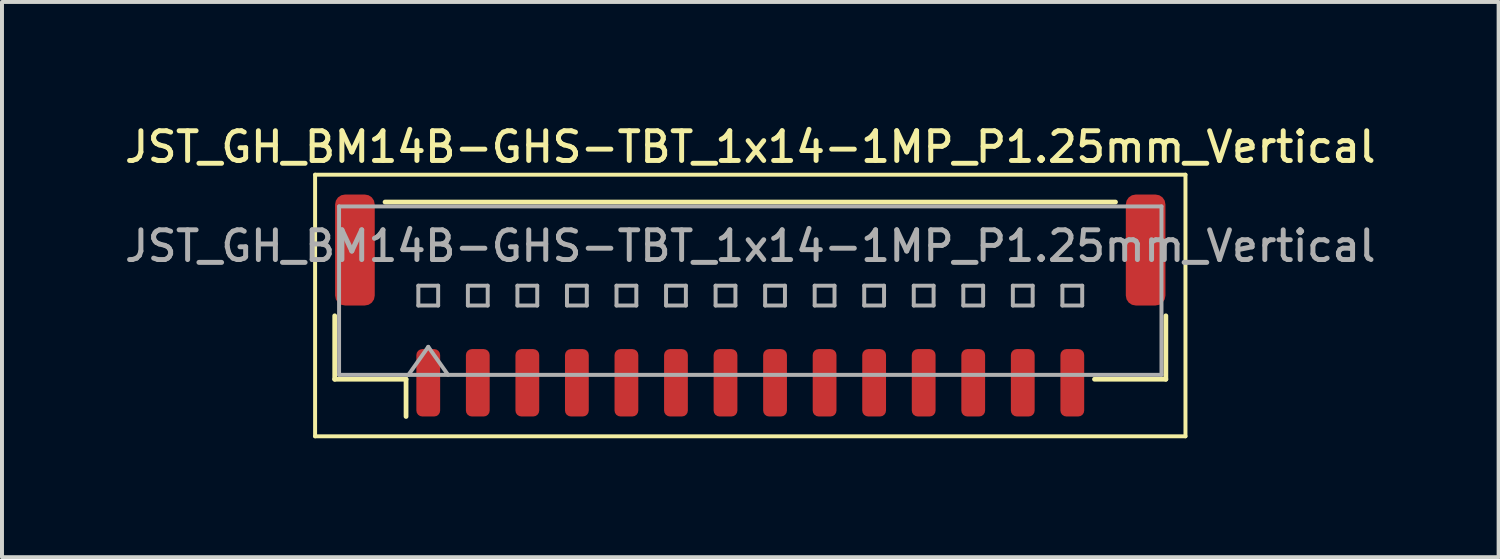
<source format=kicad_pcb>
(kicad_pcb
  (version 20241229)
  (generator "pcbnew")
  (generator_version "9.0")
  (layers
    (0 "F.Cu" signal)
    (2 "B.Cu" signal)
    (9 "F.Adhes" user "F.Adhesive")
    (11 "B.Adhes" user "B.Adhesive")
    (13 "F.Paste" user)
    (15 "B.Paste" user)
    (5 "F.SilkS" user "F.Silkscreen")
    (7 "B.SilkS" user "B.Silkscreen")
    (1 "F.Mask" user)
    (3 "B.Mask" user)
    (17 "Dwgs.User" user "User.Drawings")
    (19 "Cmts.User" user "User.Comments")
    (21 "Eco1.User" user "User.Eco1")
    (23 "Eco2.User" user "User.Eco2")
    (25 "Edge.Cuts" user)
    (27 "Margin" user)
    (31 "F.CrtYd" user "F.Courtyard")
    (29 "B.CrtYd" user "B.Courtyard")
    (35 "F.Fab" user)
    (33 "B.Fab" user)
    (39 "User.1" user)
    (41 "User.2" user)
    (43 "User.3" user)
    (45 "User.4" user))
  (footprint "JST_GH_BM14B-GHS-TBT_1x14-1MP_P1.25mm_Vertical"
    (layer "F.Cu")
    (at 15.88 4.658)
    (property "Reference" "JST_GH_BM14B-GHS-TBT_1x14-1MP_P1.25mm_Vertical" (at 0 -4 0) (layer "F.SilkS") (effects (font (size 0.75 0.75) (thickness 0.125))))
    (attr smd)
    (fp_line (start -10.98 -3.3) (end -10.98 3.3) (stroke (width 0.1) (type solid)) (layer "F.SilkS"))
    (fp_line (start -10.98 3.3) (end 10.98 3.3) (stroke (width 0.1) (type solid)) (layer "F.SilkS"))
    (fp_line (start -10.485 0.26) (end -10.485 1.86) (stroke (width 0.12) (type solid)) (layer "F.SilkS"))
    (fp_line (start -10.485 1.86) (end -8.685 1.86) (stroke (width 0.12) (type solid)) (layer "F.SilkS"))
    (fp_line (start -9.215 -2.61) (end 9.215 -2.61) (stroke (width 0.12) (type solid)) (layer "F.SilkS"))
    (fp_line (start -8.685 1.86) (end -8.685 2.8) (stroke (width 0.12) (type solid)) (layer "F.SilkS"))
    (fp_line (start 10.485 0.26) (end 10.485 1.86) (stroke (width 0.12) (type solid)) (layer "F.SilkS"))
    (fp_line (start 10.485 1.86) (end 8.685 1.86) (stroke (width 0.12) (type solid)) (layer "F.SilkS"))
    (fp_line (start 10.98 -3.3) (end -10.98 -3.3) (stroke (width 0.1) (type solid)) (layer "F.SilkS"))
    (fp_line (start 10.98 3.3) (end 10.98 -3.3) (stroke (width 0.1) (type solid)) (layer "F.SilkS"))
    (fp_line (start -10.375 -2.5) (end 10.375 -2.5) (stroke (width 0.1) (type solid)) (layer "F.Fab"))
    (fp_line (start -10.375 1.75) (end -10.375 -2.5) (stroke (width 0.1) (type solid)) (layer "F.Fab"))
    (fp_line (start -10.375 1.75) (end 10.375 1.75) (stroke (width 0.1) (type solid)) (layer "F.Fab"))
    (fp_line (start -8.625 1.75) (end -8.125 1.043) (stroke (width 0.1) (type solid)) (layer "F.Fab"))
    (fp_line (start -8.375 -0.5) (end -8.375 0) (stroke (width 0.1) (type solid)) (layer "F.Fab"))
    (fp_line (start -8.375 0) (end -7.875 0) (stroke (width 0.1) (type solid)) (layer "F.Fab"))
    (fp_line (start -8.125 1.043) (end -7.625 1.75) (stroke (width 0.1) (type solid)) (layer "F.Fab"))
    (fp_line (start -7.875 -0.5) (end -8.375 -0.5) (stroke (width 0.1) (type solid)) (layer "F.Fab"))
    (fp_line (start -7.875 0) (end -7.875 -0.5) (stroke (width 0.1) (type solid)) (layer "F.Fab"))
    (fp_line (start -7.125 -0.5) (end -7.125 0) (stroke (width 0.1) (type solid)) (layer "F.Fab"))
    (fp_line (start -7.125 0) (end -6.625 0) (stroke (width 0.1) (type solid)) (layer "F.Fab"))
    (fp_line (start -6.625 -0.5) (end -7.125 -0.5) (stroke (width 0.1) (type solid)) (layer "F.Fab"))
    (fp_line (start -6.625 0) (end -6.625 -0.5) (stroke (width 0.1) (type solid)) (layer "F.Fab"))
    (fp_line (start -5.875 -0.5) (end -5.875 0) (stroke (width 0.1) (type solid)) (layer "F.Fab"))
    (fp_line (start -5.875 0) (end -5.375 0) (stroke (width 0.1) (type solid)) (layer "F.Fab"))
    (fp_line (start -5.375 -0.5) (end -5.875 -0.5) (stroke (width 0.1) (type solid)) (layer "F.Fab"))
    (fp_line (start -5.375 0) (end -5.375 -0.5) (stroke (width 0.1) (type solid)) (layer "F.Fab"))
    (fp_line (start -4.625 -0.5) (end -4.625 0) (stroke (width 0.1) (type solid)) (layer "F.Fab"))
    (fp_line (start -4.625 0) (end -4.125 0) (stroke (width 0.1) (type solid)) (layer "F.Fab"))
    (fp_line (start -4.125 -0.5) (end -4.625 -0.5) (stroke (width 0.1) (type solid)) (layer "F.Fab"))
    (fp_line (start -4.125 0) (end -4.125 -0.5) (stroke (width 0.1) (type solid)) (layer "F.Fab"))
    (fp_line (start -3.375 -0.5) (end -3.375 0) (stroke (width 0.1) (type solid)) (layer "F.Fab"))
    (fp_line (start -3.375 0) (end -2.875 0) (stroke (width 0.1) (type solid)) (layer "F.Fab"))
    (fp_line (start -2.875 -0.5) (end -3.375 -0.5) (stroke (width 0.1) (type solid)) (layer "F.Fab"))
    (fp_line (start -2.875 0) (end -2.875 -0.5) (stroke (width 0.1) (type solid)) (layer "F.Fab"))
    (fp_line (start -2.125 -0.5) (end -2.125 0) (stroke (width 0.1) (type solid)) (layer "F.Fab"))
    (fp_line (start -2.125 0) (end -1.625 0) (stroke (width 0.1) (type solid)) (layer "F.Fab"))
    (fp_line (start -1.625 -0.5) (end -2.125 -0.5) (stroke (width 0.1) (type solid)) (layer "F.Fab"))
    (fp_line (start -1.625 0) (end -1.625 -0.5) (stroke (width 0.1) (type solid)) (layer "F.Fab"))
    (fp_line (start -0.875 -0.5) (end -0.875 0) (stroke (width 0.1) (type solid)) (layer "F.Fab"))
    (fp_line (start -0.875 0) (end -0.375 0) (stroke (width 0.1) (type solid)) (layer "F.Fab"))
    (fp_line (start -0.375 -0.5) (end -0.875 -0.5) (stroke (width 0.1) (type solid)) (layer "F.Fab"))
    (fp_line (start -0.375 0) (end -0.375 -0.5) (stroke (width 0.1) (type solid)) (layer "F.Fab"))
    (fp_line (start 0.375 -0.5) (end 0.375 0) (stroke (width 0.1) (type solid)) (layer "F.Fab"))
    (fp_line (start 0.375 0) (end 0.875 0) (stroke (width 0.1) (type solid)) (layer "F.Fab"))
    (fp_line (start 0.875 -0.5) (end 0.375 -0.5) (stroke (width 0.1) (type solid)) (layer "F.Fab"))
    (fp_line (start 0.875 0) (end 0.875 -0.5) (stroke (width 0.1) (type solid)) (layer "F.Fab"))
    (fp_line (start 1.625 -0.5) (end 1.625 0) (stroke (width 0.1) (type solid)) (layer "F.Fab"))
    (fp_line (start 1.625 0) (end 2.125 0) (stroke (width 0.1) (type solid)) (layer "F.Fab"))
    (fp_line (start 2.125 -0.5) (end 1.625 -0.5) (stroke (width 0.1) (type solid)) (layer "F.Fab"))
    (fp_line (start 2.125 0) (end 2.125 -0.5) (stroke (width 0.1) (type solid)) (layer "F.Fab"))
    (fp_line (start 2.875 -0.5) (end 2.875 0) (stroke (width 0.1) (type solid)) (layer "F.Fab"))
    (fp_line (start 2.875 0) (end 3.375 0) (stroke (width 0.1) (type solid)) (layer "F.Fab"))
    (fp_line (start 3.375 -0.5) (end 2.875 -0.5) (stroke (width 0.1) (type solid)) (layer "F.Fab"))
    (fp_line (start 3.375 0) (end 3.375 -0.5) (stroke (width 0.1) (type solid)) (layer "F.Fab"))
    (fp_line (start 4.125 -0.5) (end 4.125 0) (stroke (width 0.1) (type solid)) (layer "F.Fab"))
    (fp_line (start 4.125 0) (end 4.625 0) (stroke (width 0.1) (type solid)) (layer "F.Fab"))
    (fp_line (start 4.625 -0.5) (end 4.125 -0.5) (stroke (width 0.1) (type solid)) (layer "F.Fab"))
    (fp_line (start 4.625 0) (end 4.625 -0.5) (stroke (width 0.1) (type solid)) (layer "F.Fab"))
    (fp_line (start 5.375 -0.5) (end 5.375 0) (stroke (width 0.1) (type solid)) (layer "F.Fab"))
    (fp_line (start 5.375 0) (end 5.875 0) (stroke (width 0.1) (type solid)) (layer "F.Fab"))
    (fp_line (start 5.875 -0.5) (end 5.375 -0.5) (stroke (width 0.1) (type solid)) (layer "F.Fab"))
    (fp_line (start 5.875 0) (end 5.875 -0.5) (stroke (width 0.1) (type solid)) (layer "F.Fab"))
    (fp_line (start 6.625 -0.5) (end 6.625 0) (stroke (width 0.1) (type solid)) (layer "F.Fab"))
    (fp_line (start 6.625 0) (end 7.125 0) (stroke (width 0.1) (type solid)) (layer "F.Fab"))
    (fp_line (start 7.125 -0.5) (end 6.625 -0.5) (stroke (width 0.1) (type solid)) (layer "F.Fab"))
    (fp_line (start 7.125 0) (end 7.125 -0.5) (stroke (width 0.1) (type solid)) (layer "F.Fab"))
    (fp_line (start 7.875 -0.5) (end 7.875 0) (stroke (width 0.1) (type solid)) (layer "F.Fab"))
    (fp_line (start 7.875 0) (end 8.375 0) (stroke (width 0.1) (type solid)) (layer "F.Fab"))
    (fp_line (start 8.375 -0.5) (end 7.875 -0.5) (stroke (width 0.1) (type solid)) (layer "F.Fab"))
    (fp_line (start 8.375 0) (end 8.375 -0.5) (stroke (width 0.1) (type solid)) (layer "F.Fab"))
    (fp_line (start 10.375 1.75) (end 10.375 -2.5) (stroke (width 0.1) (type solid)) (layer "F.Fab"))
    (fp_text user "${REFERENCE}" (at 0 -1.5 0) (layer "F.Fab") (effects (font (size 0.75 0.75) (thickness 0.125))))
    (pad "1" smd roundrect (at -8.125 1.95) (size 0.6 1.7) (layers "F.Cu" "F.Mask" "F.Paste") (roundrect_rratio 0.25))
    (pad "2" smd roundrect (at -6.875 1.95) (size 0.6 1.7) (layers "F.Cu" "F.Mask" "F.Paste") (roundrect_rratio 0.25))
    (pad "3" smd roundrect (at -5.625 1.95) (size 0.6 1.7) (layers "F.Cu" "F.Mask" "F.Paste") (roundrect_rratio 0.25))
    (pad "4" smd roundrect (at -4.375 1.95) (size 0.6 1.7) (layers "F.Cu" "F.Mask" "F.Paste") (roundrect_rratio 0.25))
    (pad "5" smd roundrect (at -3.125 1.95) (size 0.6 1.7) (layers "F.Cu" "F.Mask" "F.Paste") (roundrect_rratio 0.25))
    (pad "6" smd roundrect (at -1.875 1.95) (size 0.6 1.7) (layers "F.Cu" "F.Mask" "F.Paste") (roundrect_rratio 0.25))
    (pad "7" smd roundrect (at -0.625 1.95) (size 0.6 1.7) (layers "F.Cu" "F.Mask" "F.Paste") (roundrect_rratio 0.25))
    (pad "8" smd roundrect (at 0.625 1.95) (size 0.6 1.7) (layers "F.Cu" "F.Mask" "F.Paste") (roundrect_rratio 0.25))
    (pad "9" smd roundrect (at 1.875 1.95) (size 0.6 1.7) (layers "F.Cu" "F.Mask" "F.Paste") (roundrect_rratio 0.25))
    (pad "10" smd roundrect (at 3.125 1.95) (size 0.6 1.7) (layers "F.Cu" "F.Mask" "F.Paste") (roundrect_rratio 0.25))
    (pad "11" smd roundrect (at 4.375 1.95) (size 0.6 1.7) (layers "F.Cu" "F.Mask" "F.Paste") (roundrect_rratio 0.25))
    (pad "12" smd roundrect (at 5.625 1.95) (size 0.6 1.7) (layers "F.Cu" "F.Mask" "F.Paste") (roundrect_rratio 0.25))
    (pad "13" smd roundrect (at 6.875 1.95) (size 0.6 1.7) (layers "F.Cu" "F.Mask" "F.Paste") (roundrect_rratio 0.25))
    (pad "14" smd roundrect (at 8.125 1.95) (size 0.6 1.7) (layers "F.Cu" "F.Mask" "F.Paste") (roundrect_rratio 0.25))
    (pad "MP" smd roundrect (at -9.975 -1.4) (size 1 2.8) (layers "F.Cu" "F.Mask" "F.Paste") (roundrect_rratio 0.25))
    (pad "MP" smd roundrect (at 9.975 -1.4) (size 1 2.8) (layers "F.Cu" "F.Mask" "F.Paste") (roundrect_rratio 0.25)))
  (gr_rect
    (start -3 -3)
    (end 34.761 11.008)
    (stroke (width 0.1) (type default))
    (fill no)
    (layer "Edge.Cuts")))
</source>
